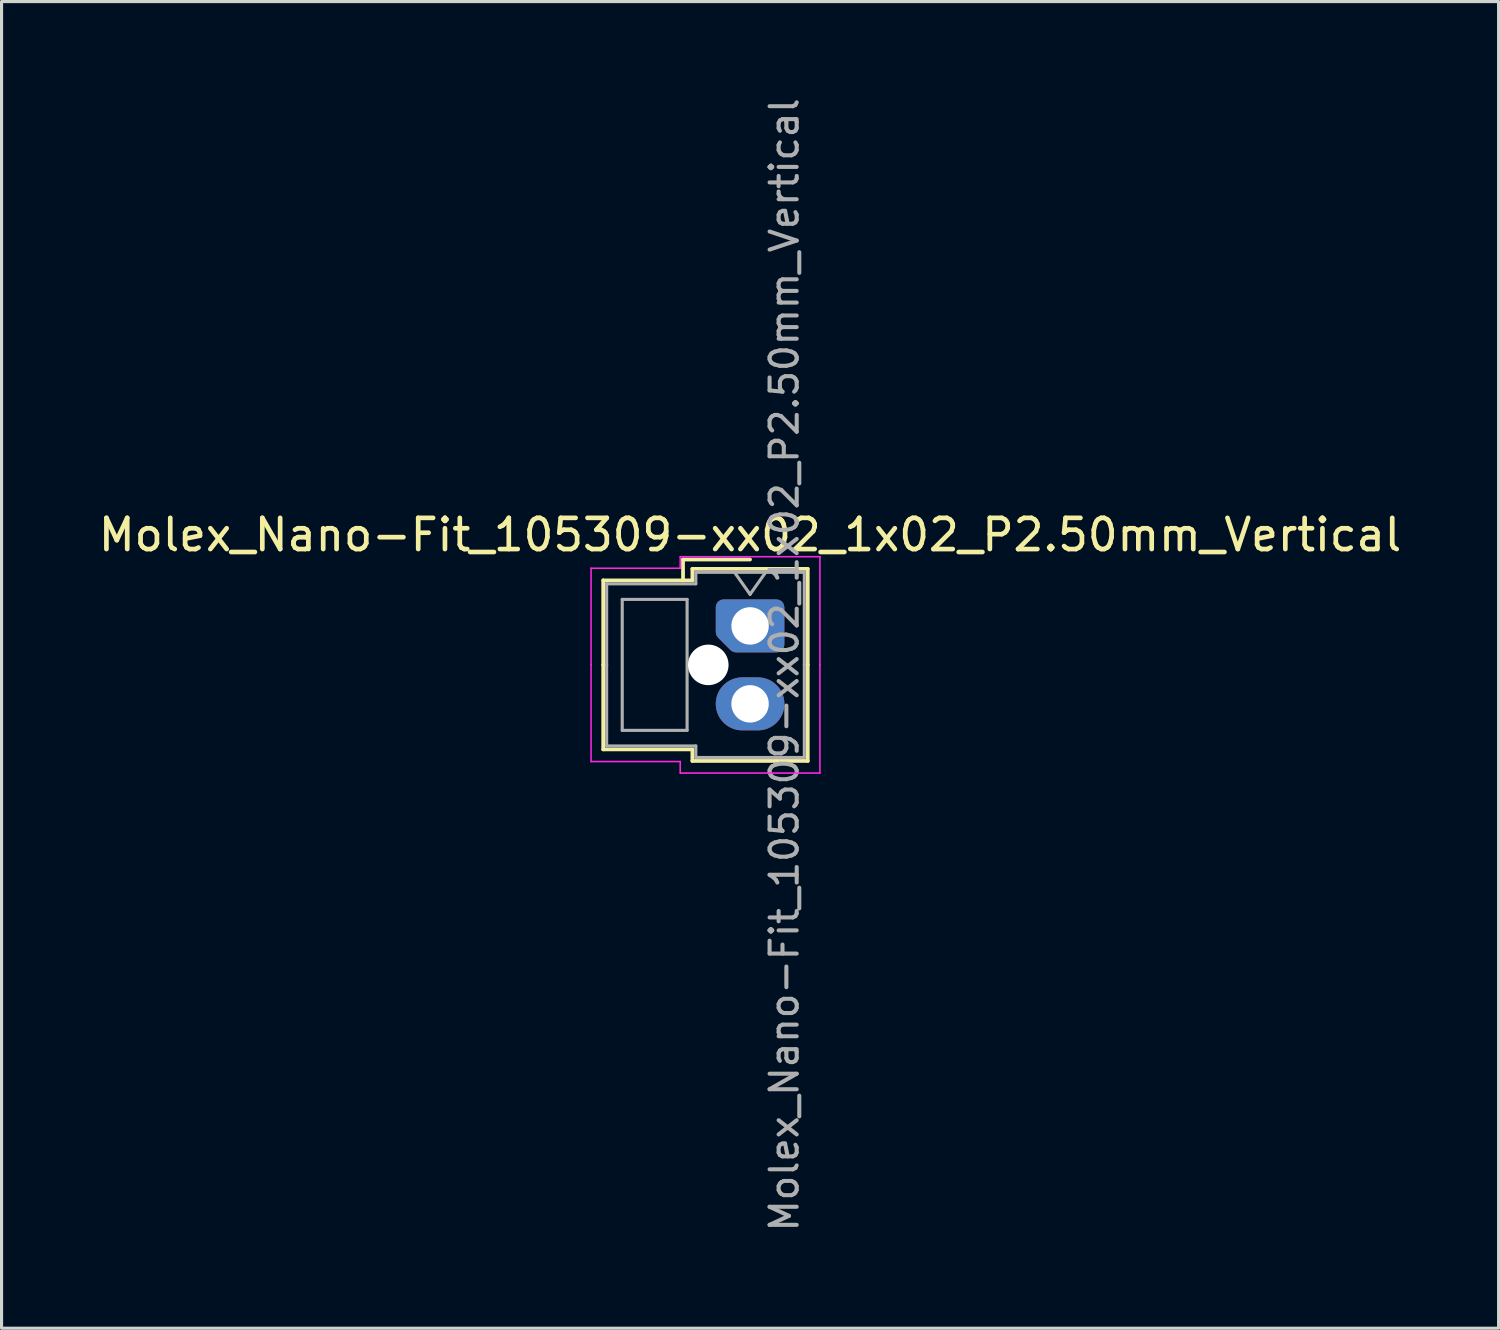
<source format=kicad_pcb>
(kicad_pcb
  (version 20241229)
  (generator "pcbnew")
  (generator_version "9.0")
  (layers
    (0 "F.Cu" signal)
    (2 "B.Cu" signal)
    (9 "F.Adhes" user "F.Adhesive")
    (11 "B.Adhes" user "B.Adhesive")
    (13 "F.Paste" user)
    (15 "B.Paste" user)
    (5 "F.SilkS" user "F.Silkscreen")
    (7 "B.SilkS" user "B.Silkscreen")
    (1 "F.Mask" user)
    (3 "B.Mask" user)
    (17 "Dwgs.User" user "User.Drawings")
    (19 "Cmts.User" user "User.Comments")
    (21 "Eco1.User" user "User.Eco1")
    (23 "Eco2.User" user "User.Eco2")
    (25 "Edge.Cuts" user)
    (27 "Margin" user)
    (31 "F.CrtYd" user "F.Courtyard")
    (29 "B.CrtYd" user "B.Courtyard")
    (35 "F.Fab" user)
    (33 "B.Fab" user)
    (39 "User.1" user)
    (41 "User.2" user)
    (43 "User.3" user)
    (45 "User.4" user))
  (footprint "Molex_Nano-Fit_105309-xx02_1x02_P2.50mm_Vertical"
    (layer "F.Cu")
    (at 21.006 17.024)
    (property "Reference" "Molex_Nano-Fit_105309-xx02_1x02_P2.50mm_Vertical" (at 0 -2.92 0) (layer "F.SilkS") (effects (font (size 1 1) (thickness 0.15))))
    (attr through_hole)
    (fp_line (start -4.71 -1.46) (end -4.71 1.25) (stroke (width 0.12) (type solid)) (layer "F.SilkS"))
    (fp_line (start -4.71 3.96) (end -4.71 1.25) (stroke (width 0.12) (type solid)) (layer "F.SilkS"))
    (fp_line (start -2.15 -2.13) (end -2.15 -1.46) (stroke (width 0.12) (type solid)) (layer "F.SilkS"))
    (fp_line (start -1.85 -1.83) (end -1.85 -1.46) (stroke (width 0.12) (type solid)) (layer "F.SilkS"))
    (fp_line (start -1.85 -1.46) (end -4.71 -1.46) (stroke (width 0.12) (type solid)) (layer "F.SilkS"))
    (fp_line (start -1.85 3.96) (end -4.71 3.96) (stroke (width 0.12) (type solid)) (layer "F.SilkS"))
    (fp_line (start -1.85 4.33) (end -1.85 3.96) (stroke (width 0.12) (type solid)) (layer "F.SilkS"))
    (fp_line (start 0 -2.13) (end -2.15 -2.13) (stroke (width 0.12) (type solid)) (layer "F.SilkS"))
    (fp_line (start 1.85 -1.83) (end -1.85 -1.83) (stroke (width 0.12) (type solid)) (layer "F.SilkS"))
    (fp_line (start 1.85 1.25) (end 1.85 -1.83) (stroke (width 0.12) (type solid)) (layer "F.SilkS"))
    (fp_line (start 1.85 1.25) (end 1.85 4.33) (stroke (width 0.12) (type solid)) (layer "F.SilkS"))
    (fp_line (start 1.85 4.33) (end -1.85 4.33) (stroke (width 0.12) (type solid)) (layer "F.SilkS"))
    (fp_line (start -5.1 -1.85) (end -5.1 1.25) (stroke (width 0.05) (type solid)) (layer "F.CrtYd"))
    (fp_line (start -5.1 4.35) (end -5.1 1.25) (stroke (width 0.05) (type solid)) (layer "F.CrtYd"))
    (fp_line (start -2.24 -2.22) (end -2.24 -1.85) (stroke (width 0.05) (type solid)) (layer "F.CrtYd"))
    (fp_line (start -2.24 -1.85) (end -5.1 -1.85) (stroke (width 0.05) (type solid)) (layer "F.CrtYd"))
    (fp_line (start -2.24 4.35) (end -5.1 4.35) (stroke (width 0.05) (type solid)) (layer "F.CrtYd"))
    (fp_line (start -2.24 4.72) (end -2.24 4.35) (stroke (width 0.05) (type solid)) (layer "F.CrtYd"))
    (fp_line (start 2.24 -2.22) (end -2.24 -2.22) (stroke (width 0.05) (type solid)) (layer "F.CrtYd"))
    (fp_line (start 2.24 1.25) (end 2.24 -2.22) (stroke (width 0.05) (type solid)) (layer "F.CrtYd"))
    (fp_line (start 2.24 1.25) (end 2.24 4.72) (stroke (width 0.05) (type solid)) (layer "F.CrtYd"))
    (fp_line (start 2.24 4.72) (end -2.24 4.72) (stroke (width 0.05) (type solid)) (layer "F.CrtYd"))
    (fp_line (start -4.6 -1.35) (end -4.6 1.25) (stroke (width 0.1) (type solid)) (layer "F.Fab"))
    (fp_line (start -4.6 3.85) (end -4.6 1.25) (stroke (width 0.1) (type solid)) (layer "F.Fab"))
    (fp_line (start -4.1 -0.85) (end -4.1 3.35) (stroke (width 0.1) (type solid)) (layer "F.Fab"))
    (fp_line (start -4.1 3.35) (end -2.02 3.35) (stroke (width 0.1) (type solid)) (layer "F.Fab"))
    (fp_line (start -2.02 -0.85) (end -4.1 -0.85) (stroke (width 0.1) (type solid)) (layer "F.Fab"))
    (fp_line (start -2.02 3.35) (end -2.02 -0.85) (stroke (width 0.1) (type solid)) (layer "F.Fab"))
    (fp_line (start -1.74 -1.72) (end -1.74 -1.35) (stroke (width 0.1) (type solid)) (layer "F.Fab"))
    (fp_line (start -1.74 -1.35) (end -4.6 -1.35) (stroke (width 0.1) (type solid)) (layer "F.Fab"))
    (fp_line (start -1.74 3.85) (end -4.6 3.85) (stroke (width 0.1) (type solid)) (layer "F.Fab"))
    (fp_line (start -1.74 4.22) (end -1.74 3.85) (stroke (width 0.1) (type solid)) (layer "F.Fab"))
    (fp_line (start -0.5 -1.72) (end 0 -1.013) (stroke (width 0.1) (type solid)) (layer "F.Fab"))
    (fp_line (start 0 -1.013) (end 0.5 -1.72) (stroke (width 0.1) (type solid)) (layer "F.Fab"))
    (fp_line (start 1.74 -1.72) (end -1.74 -1.72) (stroke (width 0.1) (type solid)) (layer "F.Fab"))
    (fp_line (start 1.74 1.25) (end 1.74 -1.72) (stroke (width 0.1) (type solid)) (layer "F.Fab"))
    (fp_line (start 1.74 1.25) (end 1.74 4.22) (stroke (width 0.1) (type solid)) (layer "F.Fab"))
    (fp_line (start 1.74 4.22) (end -1.74 4.22) (stroke (width 0.1) (type solid)) (layer "F.Fab"))
    (fp_text user "${REFERENCE}" (at 1.1 1.25 90) (layer "F.Fab") (effects (font (size 0.87 0.87) (thickness 0.13))))
    (pad "" np_thru_hole circle (at -1.34 1.25) (size 1.3 1.3) (drill 1.3) (layers "*.Cu" "*.Mask"))
    (pad "1" thru_hole custom (at 0 0) (size 1.417 1.417) (drill 1.2) (layers "*.Cu" "*.Mask") (options (anchor circle)) (primitives (gr_poly (pts (xy -0.85 -0.6) (xy 0.85 -0.6) (xy 0.85 0.6) (xy -0.45 0.6) (xy -0.85 0.2)) (width 0.5) (fill yes))))
    (pad "2" thru_hole oval (at 0 2.5) (size 2.2 1.7) (drill 1.2) (layers "*.Cu" "*.Mask")))
  (gr_rect
    (start -3 -3)
    (end 45.012 39.549)
    (stroke (width 0.1) (type default))
    (fill no)
    (layer "Edge.Cuts")))
</source>
